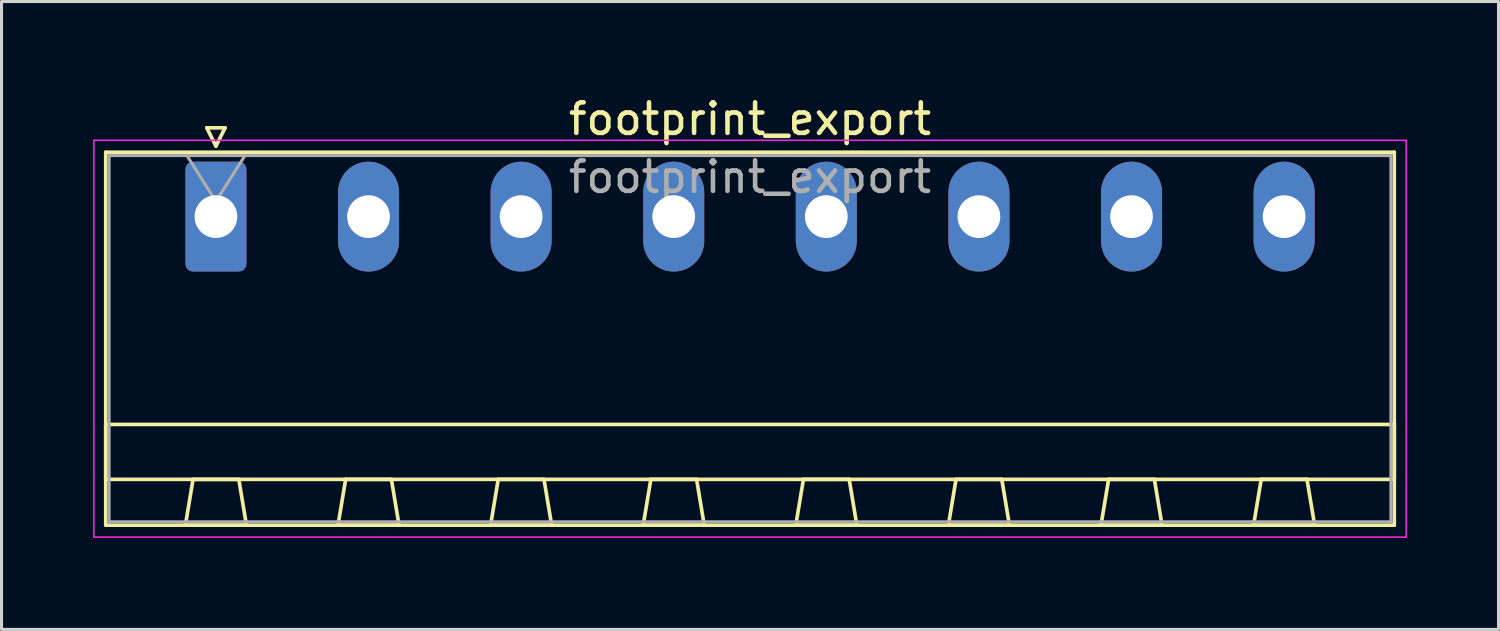
<source format=kicad_pcb>
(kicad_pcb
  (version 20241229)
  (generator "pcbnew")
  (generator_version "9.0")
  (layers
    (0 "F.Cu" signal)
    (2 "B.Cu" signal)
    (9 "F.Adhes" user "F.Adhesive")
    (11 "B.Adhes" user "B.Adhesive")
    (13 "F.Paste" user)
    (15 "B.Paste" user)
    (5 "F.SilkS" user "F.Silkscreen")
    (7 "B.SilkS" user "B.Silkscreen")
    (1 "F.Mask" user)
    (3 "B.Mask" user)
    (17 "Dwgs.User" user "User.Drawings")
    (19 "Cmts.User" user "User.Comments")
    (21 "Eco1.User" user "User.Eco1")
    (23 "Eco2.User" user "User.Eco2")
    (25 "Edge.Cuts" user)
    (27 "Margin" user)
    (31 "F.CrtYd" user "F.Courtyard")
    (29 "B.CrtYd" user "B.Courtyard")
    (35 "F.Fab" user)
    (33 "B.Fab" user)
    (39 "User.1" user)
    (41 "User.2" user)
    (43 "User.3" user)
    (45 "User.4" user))
  (footprint "footprint_export"
    (layer "F.Cu")
    (at 4.025 4.048)
    (property "Reference" "footprint_export" (at 17.5 -3.2 0) (layer "F.SilkS") (effects (font (size 1 1) (thickness 0.15))))
    (attr through_hole)
    (fp_line (start -3.61 -2.11) (end -3.61 10.11) (stroke (width 0.12) (type solid)) (layer "F.SilkS"))
    (fp_line (start -3.61 6.81) (end 38.61 6.81) (stroke (width 0.12) (type solid)) (layer "F.SilkS"))
    (fp_line (start -3.61 8.61) (end -3.61 6.81) (stroke (width 0.12) (type solid)) (layer "F.SilkS"))
    (fp_line (start -3.61 10.11) (end 38.61 10.11) (stroke (width 0.12) (type solid)) (layer "F.SilkS"))
    (fp_line (start -1 10.11) (end 1 10.11) (stroke (width 0.12) (type solid)) (layer "F.SilkS"))
    (fp_line (start -0.75 8.61) (end -1 10.11) (stroke (width 0.12) (type solid)) (layer "F.SilkS"))
    (fp_line (start -0.3 -2.91) (end 0.3 -2.91) (stroke (width 0.12) (type solid)) (layer "F.SilkS"))
    (fp_line (start 0 -2.31) (end -0.3 -2.91) (stroke (width 0.12) (type solid)) (layer "F.SilkS"))
    (fp_line (start 0.3 -2.91) (end 0 -2.31) (stroke (width 0.12) (type solid)) (layer "F.SilkS"))
    (fp_line (start 0.75 8.61) (end -0.75 8.61) (stroke (width 0.12) (type solid)) (layer "F.SilkS"))
    (fp_line (start 1 10.11) (end 0.75 8.61) (stroke (width 0.12) (type solid)) (layer "F.SilkS"))
    (fp_line (start 4 10.11) (end 6 10.11) (stroke (width 0.12) (type solid)) (layer "F.SilkS"))
    (fp_line (start 4.25 8.61) (end 4 10.11) (stroke (width 0.12) (type solid)) (layer "F.SilkS"))
    (fp_line (start 5.75 8.61) (end 4.25 8.61) (stroke (width 0.12) (type solid)) (layer "F.SilkS"))
    (fp_line (start 6 10.11) (end 5.75 8.61) (stroke (width 0.12) (type solid)) (layer "F.SilkS"))
    (fp_line (start 9 10.11) (end 11 10.11) (stroke (width 0.12) (type solid)) (layer "F.SilkS"))
    (fp_line (start 9.25 8.61) (end 9 10.11) (stroke (width 0.12) (type solid)) (layer "F.SilkS"))
    (fp_line (start 10.75 8.61) (end 9.25 8.61) (stroke (width 0.12) (type solid)) (layer "F.SilkS"))
    (fp_line (start 11 10.11) (end 10.75 8.61) (stroke (width 0.12) (type solid)) (layer "F.SilkS"))
    (fp_line (start 14 10.11) (end 16 10.11) (stroke (width 0.12) (type solid)) (layer "F.SilkS"))
    (fp_line (start 14.25 8.61) (end 14 10.11) (stroke (width 0.12) (type solid)) (layer "F.SilkS"))
    (fp_line (start 15.75 8.61) (end 14.25 8.61) (stroke (width 0.12) (type solid)) (layer "F.SilkS"))
    (fp_line (start 16 10.11) (end 15.75 8.61) (stroke (width 0.12) (type solid)) (layer "F.SilkS"))
    (fp_line (start 19 10.11) (end 21 10.11) (stroke (width 0.12) (type solid)) (layer "F.SilkS"))
    (fp_line (start 19.25 8.61) (end 19 10.11) (stroke (width 0.12) (type solid)) (layer "F.SilkS"))
    (fp_line (start 20.75 8.61) (end 19.25 8.61) (stroke (width 0.12) (type solid)) (layer "F.SilkS"))
    (fp_line (start 21 10.11) (end 20.75 8.61) (stroke (width 0.12) (type solid)) (layer "F.SilkS"))
    (fp_line (start 24 10.11) (end 26 10.11) (stroke (width 0.12) (type solid)) (layer "F.SilkS"))
    (fp_line (start 24.25 8.61) (end 24 10.11) (stroke (width 0.12) (type solid)) (layer "F.SilkS"))
    (fp_line (start 25.75 8.61) (end 24.25 8.61) (stroke (width 0.12) (type solid)) (layer "F.SilkS"))
    (fp_line (start 26 10.11) (end 25.75 8.61) (stroke (width 0.12) (type solid)) (layer "F.SilkS"))
    (fp_line (start 29 10.11) (end 31 10.11) (stroke (width 0.12) (type solid)) (layer "F.SilkS"))
    (fp_line (start 29.25 8.61) (end 29 10.11) (stroke (width 0.12) (type solid)) (layer "F.SilkS"))
    (fp_line (start 30.75 8.61) (end 29.25 8.61) (stroke (width 0.12) (type solid)) (layer "F.SilkS"))
    (fp_line (start 31 10.11) (end 30.75 8.61) (stroke (width 0.12) (type solid)) (layer "F.SilkS"))
    (fp_line (start 34 10.11) (end 36 10.11) (stroke (width 0.12) (type solid)) (layer "F.SilkS"))
    (fp_line (start 34.25 8.61) (end 34 10.11) (stroke (width 0.12) (type solid)) (layer "F.SilkS"))
    (fp_line (start 35.75 8.61) (end 34.25 8.61) (stroke (width 0.12) (type solid)) (layer "F.SilkS"))
    (fp_line (start 36 10.11) (end 35.75 8.61) (stroke (width 0.12) (type solid)) (layer "F.SilkS"))
    (fp_line (start 38.61 -2.11) (end -3.61 -2.11) (stroke (width 0.12) (type solid)) (layer "F.SilkS"))
    (fp_line (start 38.61 6.81) (end 38.61 8.61) (stroke (width 0.12) (type solid)) (layer "F.SilkS"))
    (fp_line (start 38.61 8.61) (end -3.61 8.61) (stroke (width 0.12) (type solid)) (layer "F.SilkS"))
    (fp_line (start 38.61 10.11) (end 38.61 -2.11) (stroke (width 0.12) (type solid)) (layer "F.SilkS"))
    (fp_line (start -4 -2.5) (end -4 10.5) (stroke (width 0.05) (type solid)) (layer "F.CrtYd"))
    (fp_line (start -4 10.5) (end 39 10.5) (stroke (width 0.05) (type solid)) (layer "F.CrtYd"))
    (fp_line (start 39 -2.5) (end -4 -2.5) (stroke (width 0.05) (type solid)) (layer "F.CrtYd"))
    (fp_line (start 39 10.5) (end 39 -2.5) (stroke (width 0.05) (type solid)) (layer "F.CrtYd"))
    (fp_line (start -3.5 -2) (end -3.5 10) (stroke (width 0.1) (type solid)) (layer "F.Fab"))
    (fp_line (start -3.5 10) (end 38.5 10) (stroke (width 0.1) (type solid)) (layer "F.Fab"))
    (fp_line (start 0 -0.5) (end -0.95 -2) (stroke (width 0.1) (type solid)) (layer "F.Fab"))
    (fp_line (start 0.95 -2) (end 0 -0.5) (stroke (width 0.1) (type solid)) (layer "F.Fab"))
    (fp_line (start 38.5 -2) (end -3.5 -2) (stroke (width 0.1) (type solid)) (layer "F.Fab"))
    (fp_line (start 38.5 10) (end 38.5 -2) (stroke (width 0.1) (type solid)) (layer "F.Fab"))
    (fp_text user "${REFERENCE}" (at 17.5 -1.3 0) (layer "F.Fab") (effects (font (size 1 1) (thickness 0.15))))
    (pad "1" thru_hole roundrect (at 0 0) (size 2 3.6) (drill 1.4) (layers "*.Cu" "*.Mask") (roundrect_rratio 0.125))
    (pad "2" thru_hole oval (at 5 0) (size 2 3.6) (drill 1.4) (layers "*.Cu" "*.Mask"))
    (pad "3" thru_hole oval (at 10 0) (size 2 3.6) (drill 1.4) (layers "*.Cu" "*.Mask"))
    (pad "4" thru_hole oval (at 15 0) (size 2 3.6) (drill 1.4) (layers "*.Cu" "*.Mask"))
    (pad "5" thru_hole oval (at 20 0) (size 2 3.6) (drill 1.4) (layers "*.Cu" "*.Mask"))
    (pad "6" thru_hole oval (at 25 0) (size 2 3.6) (drill 1.4) (layers "*.Cu" "*.Mask"))
    (pad "7" thru_hole oval (at 30 0) (size 2 3.6) (drill 1.4) (layers "*.Cu" "*.Mask"))
    (pad "8" thru_hole oval (at 35 0) (size 2 3.6) (drill 1.4) (layers "*.Cu" "*.Mask")))
  (gr_rect
    (start -3 -3)
    (end 46.05 17.573)
    (stroke (width 0.1) (type default))
    (fill no)
    (layer "Edge.Cuts")))
</source>
